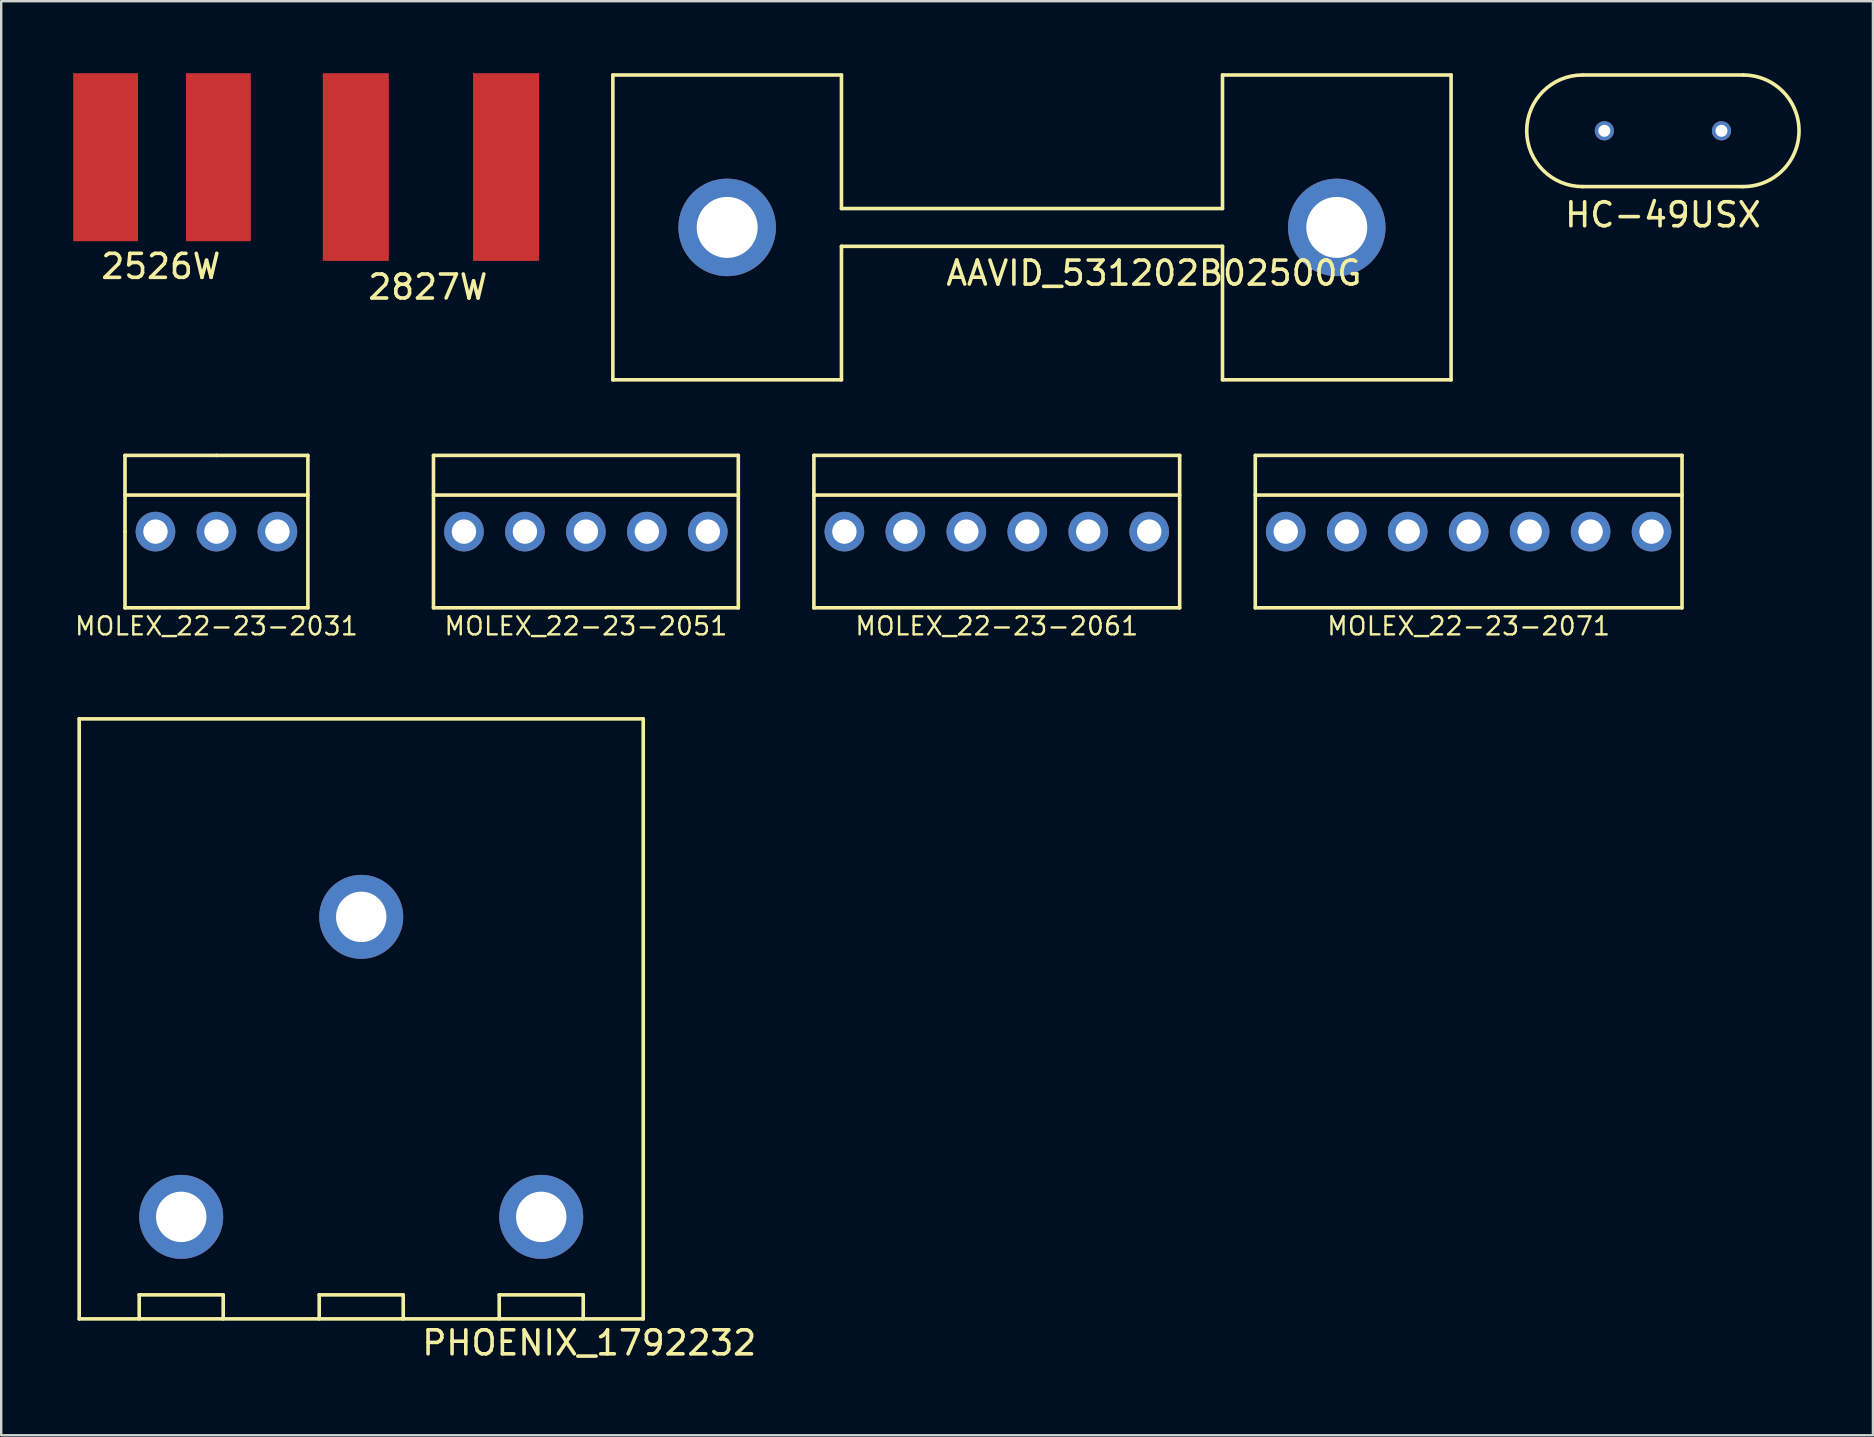
<source format=kicad_pcb>
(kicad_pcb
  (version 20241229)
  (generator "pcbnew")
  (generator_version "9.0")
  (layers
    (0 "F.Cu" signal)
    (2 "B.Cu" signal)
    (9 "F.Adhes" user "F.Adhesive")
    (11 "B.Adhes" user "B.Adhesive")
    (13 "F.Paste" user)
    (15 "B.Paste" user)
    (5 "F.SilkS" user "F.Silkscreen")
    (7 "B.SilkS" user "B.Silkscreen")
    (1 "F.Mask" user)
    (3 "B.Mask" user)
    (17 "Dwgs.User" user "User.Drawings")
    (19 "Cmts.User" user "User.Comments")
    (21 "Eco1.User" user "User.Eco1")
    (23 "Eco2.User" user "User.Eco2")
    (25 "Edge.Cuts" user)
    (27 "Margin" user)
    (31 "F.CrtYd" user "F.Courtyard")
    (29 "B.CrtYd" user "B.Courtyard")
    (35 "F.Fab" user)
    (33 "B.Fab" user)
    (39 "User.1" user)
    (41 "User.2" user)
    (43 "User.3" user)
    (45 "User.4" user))
  (footprint "2827W"
    (layer "F.Cu")
    (at 14.675 4.91)
    (property "Reference" "2827W" (at 0.1 4 0) (layer "F.SilkS") (effects (font (size 1 1) (thickness 0.15))))
    (attr through_hole)
    (pad "" smd rect (at -2.9 -1) (size 2.75 7.82) (layers "F.Cu" "F.Mask" "F.Paste"))
    (pad "" smd rect (at 3.36 -1) (size 2.75 7.82) (layers "F.Cu" "F.Mask" "F.Paste")))
  (footprint "AAVID_531202B02500G"
    (layer "F.Cu")
    (at 39.947 6.425)
    (property "Reference" "AAVID_531202B02500G" (at 5.08 1.905 0) (layer "F.SilkS") (effects (font (size 1 1) (thickness 0.15))))
    (attr through_hole)
    (fp_line (start -17.462 -6.35) (end -7.938 -6.35) (stroke (width 0.15) (type solid)) (layer "F.SilkS"))
    (fp_line (start -17.462 6.35) (end -17.462 -6.35) (stroke (width 0.15) (type solid)) (layer "F.SilkS"))
    (fp_line (start -17.462 6.35) (end -7.938 6.35) (stroke (width 0.15) (type solid)) (layer "F.SilkS"))
    (fp_line (start -7.938 -0.787) (end -7.938 -6.35) (stroke (width 0.15) (type solid)) (layer "F.SilkS"))
    (fp_line (start -7.938 -0.787) (end 7.938 -0.787) (stroke (width 0.15) (type solid)) (layer "F.SilkS"))
    (fp_line (start -7.938 0.787) (end -7.938 6.35) (stroke (width 0.15) (type solid)) (layer "F.SilkS"))
    (fp_line (start 7.938 -6.35) (end 17.462 -6.35) (stroke (width 0.15) (type solid)) (layer "F.SilkS"))
    (fp_line (start 7.938 -0.787) (end 7.938 -6.35) (stroke (width 0.15) (type solid)) (layer "F.SilkS"))
    (fp_line (start 7.938 0.787) (end -7.938 0.787) (stroke (width 0.15) (type solid)) (layer "F.SilkS"))
    (fp_line (start 7.938 0.787) (end 7.938 6.35) (stroke (width 0.15) (type solid)) (layer "F.SilkS"))
    (fp_line (start 7.938 6.35) (end 17.462 6.35) (stroke (width 0.15) (type solid)) (layer "F.SilkS"))
    (fp_line (start 17.462 -6.35) (end 17.462 6.35) (stroke (width 0.15) (type solid)) (layer "F.SilkS"))
    (pad "" thru_hole circle (at -12.7 0) (size 4.064 4.064) (drill 2.54) (layers "*.Cu" "*.Mask"))
    (pad "" thru_hole circle (at 12.7 0) (size 4.064 4.064) (drill 2.54) (layers "*.Cu" "*.Mask")))
  (footprint "PHOENIX_1792232"
    (layer "F.Cu")
    (at 0.25 26.901)
    (property "Reference" "PHOENIX_1792232" (at 21.25 26 0) (layer "F.SilkS") (effects (font (size 1 1) (thickness 0.15))))
    (attr through_hole)
    (fp_line (start 0 0) (end 23.5 0) (stroke (width 0.15) (type solid)) (layer "F.SilkS"))
    (fp_line (start 0 25) (end 0 0) (stroke (width 0.15) (type solid)) (layer "F.SilkS"))
    (fp_line (start 2.5 24) (end 6 24) (stroke (width 0.15) (type solid)) (layer "F.SilkS"))
    (fp_line (start 2.5 25) (end 2.5 24) (stroke (width 0.15) (type solid)) (layer "F.SilkS"))
    (fp_line (start 6 24) (end 6 25) (stroke (width 0.15) (type solid)) (layer "F.SilkS"))
    (fp_line (start 10 24) (end 13.5 24) (stroke (width 0.15) (type solid)) (layer "F.SilkS"))
    (fp_line (start 10 25) (end 10 24) (stroke (width 0.15) (type solid)) (layer "F.SilkS"))
    (fp_line (start 13.5 24) (end 13.5 25) (stroke (width 0.15) (type solid)) (layer "F.SilkS"))
    (fp_line (start 17.5 24) (end 21 24) (stroke (width 0.15) (type solid)) (layer "F.SilkS"))
    (fp_line (start 17.5 25) (end 17.5 24) (stroke (width 0.15) (type solid)) (layer "F.SilkS"))
    (fp_line (start 21 24) (end 21 25) (stroke (width 0.15) (type solid)) (layer "F.SilkS"))
    (fp_line (start 23.5 25) (end 0 25) (stroke (width 0.15) (type solid)) (layer "F.SilkS"))
    (fp_line (start 23.5 25) (end 23.5 0) (stroke (width 0.15) (type solid)) (layer "F.SilkS"))
    (pad "1" thru_hole circle (at 4.25 20.75) (size 3.5 3.5) (drill 2.1) (layers "*.Cu" "*.Mask"))
    (pad "2" thru_hole circle (at 11.75 8.25) (size 3.5 3.5) (drill 2.1) (layers "*.Cu" "*.Mask"))
    (pad "3" thru_hole circle (at 19.25 20.75) (size 3.5 3.5) (drill 2.1) (layers "*.Cu" "*.Mask")))
  (footprint "2526W"
    (layer "F.Cu")
    (at 3.5 3.05)
    (property "Reference" "2526W" (at 0.15 5 0) (layer "F.SilkS") (effects (font (size 1 1) (thickness 0.15))))
    (attr through_hole)
    (pad "1" smd rect (at 2.55 0.45) (size 2.7 7) (layers "F.Cu" "F.Mask" "F.Paste"))
    (pad "2" smd rect (at -2.15 0.45) (size 2.7 7) (layers "F.Cu" "F.Mask" "F.Paste")))
  (footprint "MOLEX_22-23-2051"
    (layer "F.Cu")
    (at 21.361 19.1)
    (property "Reference" "MOLEX_22-23-2051" (at 0 3.937 0) (layer "F.SilkS") (effects (font (size 0.75 0.75) (thickness 0.1))))
    (attr through_hole)
    (fp_line (start -6.35 -3.175) (end -6.35 3.175) (stroke (width 0.15) (type solid)) (layer "F.SilkS"))
    (fp_line (start -6.35 3.175) (end 6.35 3.175) (stroke (width 0.15) (type solid)) (layer "F.SilkS"))
    (fp_line (start 6.35 -3.175) (end -6.35 -3.175) (stroke (width 0.15) (type solid)) (layer "F.SilkS"))
    (fp_line (start 6.35 -3.175) (end 6.35 3.175) (stroke (width 0.15) (type solid)) (layer "F.SilkS"))
    (fp_line (start 6.35 -1.524) (end -6.35 -1.524) (stroke (width 0.15) (type solid)) (layer "F.SilkS"))
    (pad "1" thru_hole circle (at -5.08 0) (size 1.651 1.651) (drill 1.016) (layers "*.Cu" "*.Mask"))
    (pad "2" thru_hole circle (at -2.54 0) (size 1.651 1.651) (drill 1.016) (layers "*.Cu" "*.Mask"))
    (pad "3" thru_hole circle (at 0 0) (size 1.651 1.651) (drill 1.016) (layers "*.Cu" "*.Mask"))
    (pad "4" thru_hole circle (at 2.54 0) (size 1.651 1.651) (drill 1.016) (layers "*.Cu" "*.Mask"))
    (pad "5" thru_hole circle (at 5.08 0) (size 1.651 1.651) (drill 1.016) (layers "*.Cu" "*.Mask")))
  (footprint "HC-49USX"
    (layer "F.Cu")
    (at 66.235 2.4)
    (property "Reference" "HC-49USX" (at 0 3.5 0) (layer "F.SilkS") (effects (font (size 1 1) (thickness 0.15))))
    (attr through_hole)
    (fp_line (start -3.35 -2.325) (end 3.35 -2.325) (stroke (width 0.15) (type solid)) (layer "F.SilkS"))
    (fp_line (start 3.325 2.325) (end -3.35 2.325) (stroke (width 0.15) (type solid)) (layer "F.SilkS"))
    (fp_arc (start -3.35 2.325) (mid -5.675 0) (end -3.35 -2.325) (stroke (width 0.15) (type solid)) (layer "F.SilkS"))
    (fp_arc (start 3.35 -2.325) (mid 5.674966 0.0125) (end 3.325001 2.324866) (stroke (width 0.15) (type solid)) (layer "F.SilkS"))
    (pad "1" thru_hole circle (at -2.44 0) (size 0.8 0.8) (drill 0.5) (layers "*.Cu" "*.Mask"))
    (pad "2" thru_hole circle (at 2.44 0) (size 0.8 0.8) (drill 0.5) (layers "*.Cu" "*.Mask")))
  (footprint "MOLEX_22-23-2061"
    (layer "F.Cu")
    (at 38.481 19.1)
    (property "Reference" "MOLEX_22-23-2061" (at 0 3.937 0) (layer "F.SilkS") (effects (font (size 0.75 0.75) (thickness 0.1))))
    (attr through_hole)
    (fp_line (start -7.62 -1.524) (end 7.62 -1.524) (stroke (width 0.15) (type solid)) (layer "F.SilkS"))
    (fp_line (start -7.62 3.175) (end -7.62 -3.175) (stroke (width 0.15) (type solid)) (layer "F.SilkS"))
    (fp_line (start -7.62 3.175) (end 7.62 3.175) (stroke (width 0.15) (type solid)) (layer "F.SilkS"))
    (fp_line (start 7.62 -3.175) (end -7.62 -3.175) (stroke (width 0.15) (type solid)) (layer "F.SilkS"))
    (fp_line (start 7.62 3.175) (end 7.62 -3.175) (stroke (width 0.15) (type solid)) (layer "F.SilkS"))
    (pad "1" thru_hole circle (at -6.35 0) (size 1.651 1.651) (drill 1.016) (layers "*.Cu" "*.Mask"))
    (pad "2" thru_hole circle (at -3.81 0) (size 1.651 1.651) (drill 1.016) (layers "*.Cu" "*.Mask"))
    (pad "3" thru_hole circle (at -1.27 0) (size 1.651 1.651) (drill 1.016) (layers "*.Cu" "*.Mask"))
    (pad "4" thru_hole circle (at 1.27 0) (size 1.651 1.651) (drill 1.016) (layers "*.Cu" "*.Mask"))
    (pad "5" thru_hole circle (at 3.81 0) (size 1.651 1.651) (drill 1.016) (layers "*.Cu" "*.Mask"))
    (pad "6" thru_hole circle (at 6.35 0) (size 1.651 1.651) (drill 1.016) (layers "*.Cu" "*.Mask")))
  (footprint "MOLEX_22-23-2071"
    (layer "F.Cu")
    (at 58.141 19.1)
    (property "Reference" "MOLEX_22-23-2071" (at 0 3.937 0) (layer "F.SilkS") (effects (font (size 0.75 0.75) (thickness 0.1))))
    (attr through_hole)
    (fp_line (start -8.89 3.175) (end -8.89 -3.175) (stroke (width 0.15) (type solid)) (layer "F.SilkS"))
    (fp_line (start -8.89 3.175) (end 8.89 3.175) (stroke (width 0.15) (type solid)) (layer "F.SilkS"))
    (fp_line (start 8.89 -3.175) (end -8.89 -3.175) (stroke (width 0.15) (type solid)) (layer "F.SilkS"))
    (fp_line (start 8.89 -1.524) (end -8.89 -1.524) (stroke (width 0.15) (type solid)) (layer "F.SilkS"))
    (fp_line (start 8.89 3.175) (end 8.89 -3.175) (stroke (width 0.15) (type solid)) (layer "F.SilkS"))
    (pad "1" thru_hole circle (at -7.62 0) (size 1.651 1.651) (drill 1.016) (layers "*.Cu" "*.Mask"))
    (pad "2" thru_hole circle (at -5.08 0) (size 1.651 1.651) (drill 1.016) (layers "*.Cu" "*.Mask"))
    (pad "3" thru_hole circle (at -2.54 0) (size 1.651 1.651) (drill 1.016) (layers "*.Cu" "*.Mask"))
    (pad "4" thru_hole circle (at 0 0) (size 1.651 1.651) (drill 1.016) (layers "*.Cu" "*.Mask"))
    (pad "5" thru_hole circle (at 2.54 0) (size 1.651 1.651) (drill 1.016) (layers "*.Cu" "*.Mask"))
    (pad "6" thru_hole circle (at 5.08 0) (size 1.651 1.651) (drill 1.016) (layers "*.Cu" "*.Mask"))
    (pad "7" thru_hole circle (at 7.62 0) (size 1.651 1.651) (drill 1.016) (layers "*.Cu" "*.Mask")))
  (footprint "MOLEX_22-23-2031"
    (layer "F.Cu")
    (at 5.968 19.1)
    (property "Reference" "MOLEX_22-23-2031" (at 0 3.937 0) (layer "F.SilkS") (effects (font (size 0.75 0.75) (thickness 0.1))))
    (attr through_hole)
    (fp_line (start -3.81 -3.175) (end -3.81 0) (stroke (width 0.15) (type solid)) (layer "F.SilkS"))
    (fp_line (start -3.81 -1.524) (end 3.81 -1.524) (stroke (width 0.15) (type solid)) (layer "F.SilkS"))
    (fp_line (start -3.81 0) (end -3.81 3.175) (stroke (width 0.15) (type solid)) (layer "F.SilkS"))
    (fp_line (start -3.81 3.175) (end 3.81 3.175) (stroke (width 0.15) (type solid)) (layer "F.SilkS"))
    (fp_line (start 0 -3.175) (end -3.81 -3.175) (stroke (width 0.15) (type solid)) (layer "F.SilkS"))
    (fp_line (start 3.81 -3.175) (end 0 -3.175) (stroke (width 0.15) (type solid)) (layer "F.SilkS"))
    (fp_line (start 3.81 3.175) (end 3.81 -3.175) (stroke (width 0.15) (type solid)) (layer "F.SilkS"))
    (pad "1" thru_hole circle (at -2.54 0) (size 1.651 1.651) (drill 1.016) (layers "*.Cu" "*.Mask"))
    (pad "2" thru_hole circle (at 0 0) (size 1.651 1.651) (drill 1.016) (layers "*.Cu" "*.Mask"))
    (pad "3" thru_hole circle (at 2.54 0) (size 1.651 1.651) (drill 1.016) (layers "*.Cu" "*.Mask")))
  (gr_rect
    (start -3 -3)
    (end 74.985 56.749)
    (stroke (width 0.1) (type default))
    (fill no)
    (layer "Edge.Cuts")))
</source>
